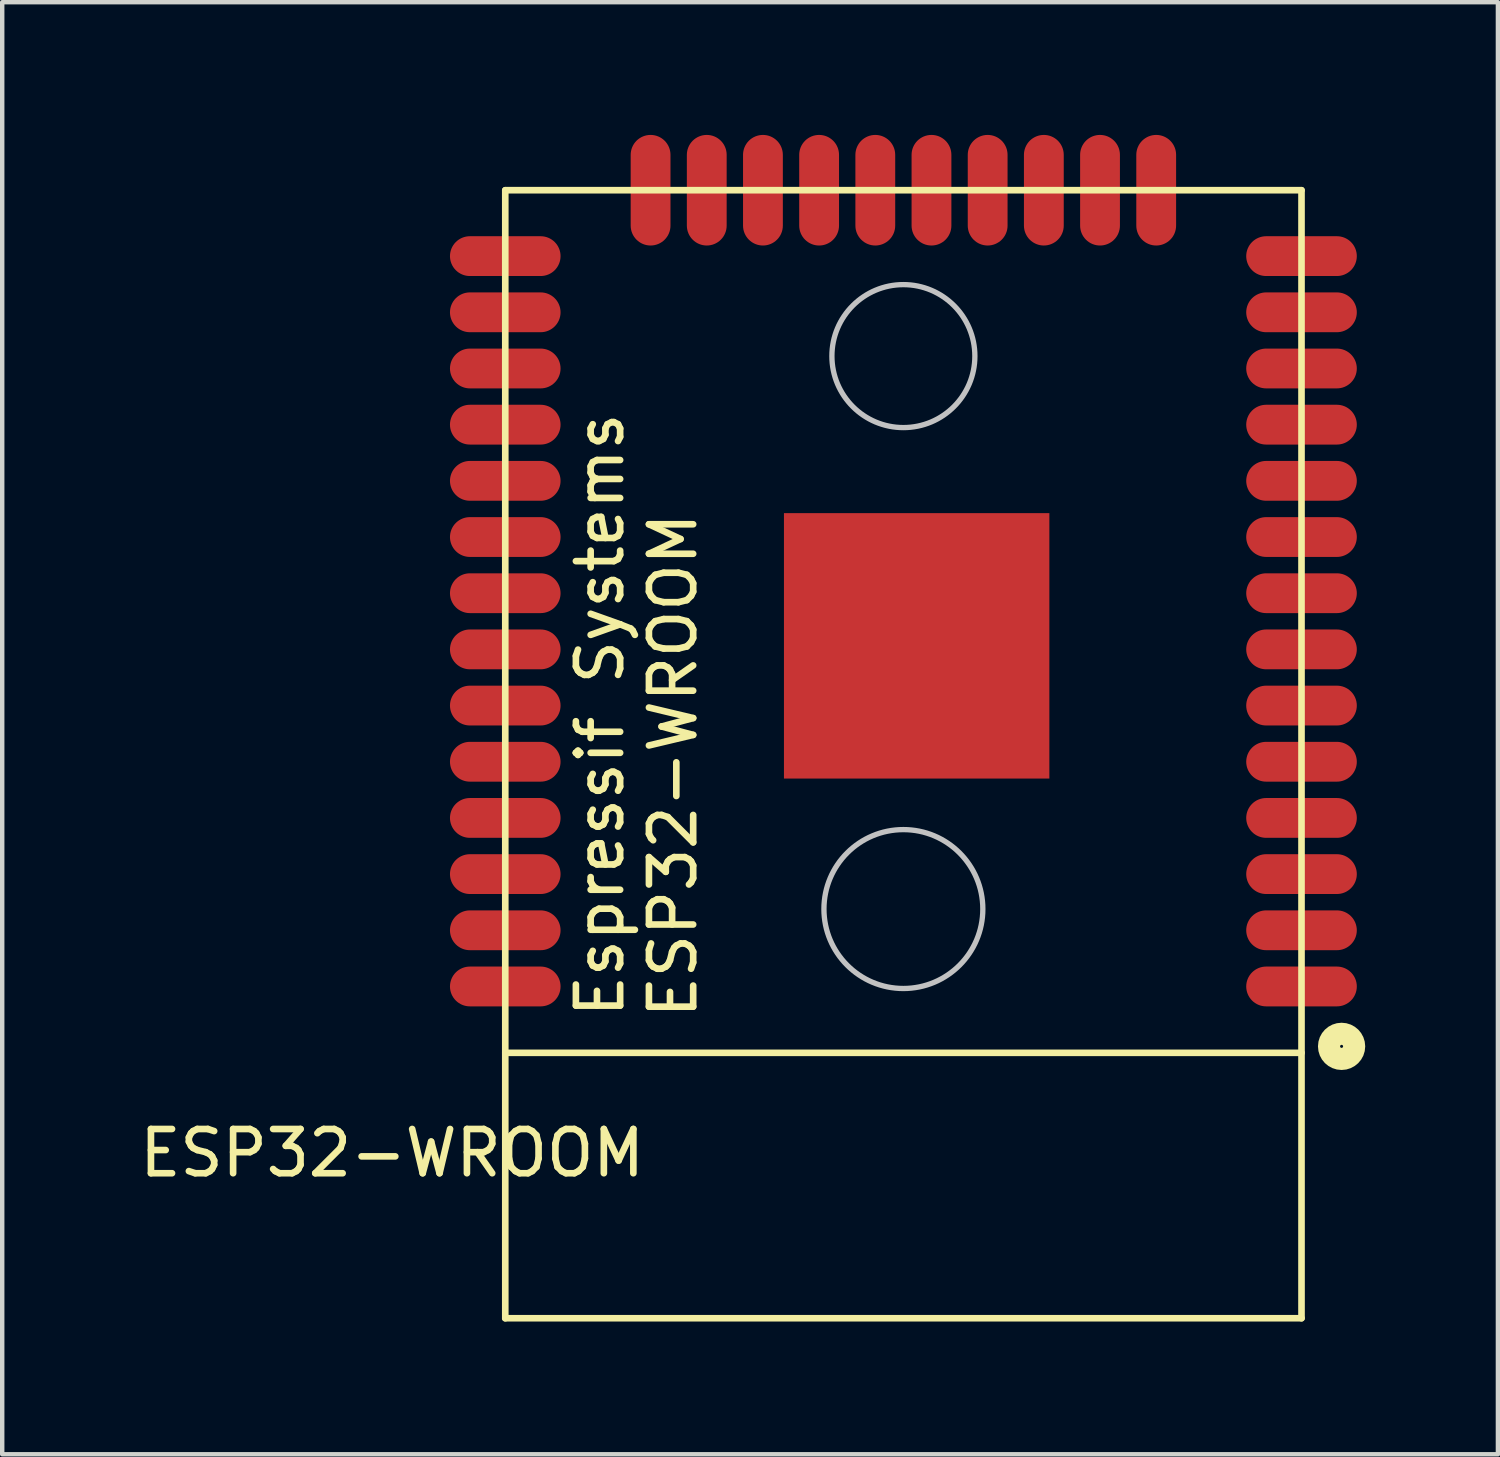
<source format=kicad_pcb>
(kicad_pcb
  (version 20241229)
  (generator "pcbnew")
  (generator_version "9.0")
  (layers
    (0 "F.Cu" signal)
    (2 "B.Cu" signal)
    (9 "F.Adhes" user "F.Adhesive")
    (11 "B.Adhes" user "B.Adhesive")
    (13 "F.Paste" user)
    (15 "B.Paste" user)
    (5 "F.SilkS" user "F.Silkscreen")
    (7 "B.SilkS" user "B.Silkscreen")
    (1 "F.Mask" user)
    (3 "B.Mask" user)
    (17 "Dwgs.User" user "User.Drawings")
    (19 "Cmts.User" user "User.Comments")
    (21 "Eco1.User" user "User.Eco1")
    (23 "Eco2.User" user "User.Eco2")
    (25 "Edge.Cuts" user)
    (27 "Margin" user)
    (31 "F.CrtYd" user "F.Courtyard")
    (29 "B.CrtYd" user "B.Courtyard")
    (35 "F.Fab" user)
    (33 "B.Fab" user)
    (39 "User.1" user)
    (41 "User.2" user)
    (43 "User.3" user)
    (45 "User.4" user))
  (footprint "ESP32-WROOM"
    (layer "F.Cu")
    (at 17.372 14)
    (property "Reference" "ESP32-WROOM" (at -11.557 9.017 0) (layer "F.SilkS") (effects (font (size 1 1) (thickness 0.15))))
    (attr through_hole)
    (fp_line (start -9 -12.75) (end 9 -12.75) (stroke (width 0.15) (type solid)) (layer "F.SilkS"))
    (fp_line (start -9 6.75) (end 9 6.75) (stroke (width 0.15) (type solid)) (layer "F.SilkS"))
    (fp_line (start -9 12.75) (end -9 -12.75) (stroke (width 0.15) (type solid)) (layer "F.SilkS"))
    (fp_line (start -9 12.75) (end 9 12.75) (stroke (width 0.15) (type solid)) (layer "F.SilkS"))
    (fp_line (start 9 12.75) (end 9 -12.75) (stroke (width 0.15) (type solid)) (layer "F.SilkS"))
    (fp_circle (center 9.906 6.604) (end 10.033 6.858) (stroke (width 0.5) (type solid)) (fill no) (layer "F.SilkS"))
    (fp_circle (center 0 -9) (end 1.616 -9) (stroke (width 0.12) (type solid)) (fill no) (layer "Dwgs.User"))
    (fp_circle (center 0 3.5) (end 1.796 3.5) (stroke (width 0.12) (type solid)) (fill no) (layer "Dwgs.User"))
    (fp_text user "Espressif Systems" (at -6.858 -0.889 90) (layer "F.SilkS") (effects (font (size 1 1) (thickness 0.15))))
    (fp_text user "ESP32-WROOM" (at -5.207 0.254 90) (layer "F.SilkS") (effects (font (size 1 1) (thickness 0.15))))
    (pad "1" smd oval (at 9 5.25) (size 2.5 0.9) (layers "F.Cu" "F.Mask" "F.Paste"))
    (pad "2" smd oval (at 9 3.98) (size 2.5 0.9) (layers "F.Cu" "F.Mask" "F.Paste"))
    (pad "3" smd oval (at 9 2.71) (size 2.5 0.9) (layers "F.Cu" "F.Mask" "F.Paste"))
    (pad "4" smd oval (at 9 1.44) (size 2.5 0.9) (layers "F.Cu" "F.Mask" "F.Paste"))
    (pad "5" smd oval (at 9 0.17) (size 2.5 0.9) (layers "F.Cu" "F.Mask" "F.Paste"))
    (pad "6" smd oval (at 9 -1.1) (size 2.5 0.9) (layers "F.Cu" "F.Mask" "F.Paste"))
    (pad "7" smd oval (at 9 -2.37) (size 2.5 0.9) (layers "F.Cu" "F.Mask" "F.Paste"))
    (pad "8" smd oval (at 9 -3.64) (size 2.5 0.9) (layers "F.Cu" "F.Mask" "F.Paste"))
    (pad "9" smd oval (at 9 -4.91) (size 2.5 0.9) (layers "F.Cu" "F.Mask" "F.Paste"))
    (pad "10" smd oval (at 9 -6.18) (size 2.5 0.9) (layers "F.Cu" "F.Mask" "F.Paste"))
    (pad "11" smd oval (at 9 -7.45) (size 2.5 0.9) (layers "F.Cu" "F.Mask" "F.Paste"))
    (pad "12" smd oval (at 9 -8.72) (size 2.5 0.9) (layers "F.Cu" "F.Mask" "F.Paste"))
    (pad "13" smd oval (at 9 -9.99) (size 2.5 0.9) (layers "F.Cu" "F.Mask" "F.Paste"))
    (pad "14" smd oval (at 9 -11.26) (size 2.5 0.9) (layers "F.Cu" "F.Mask" "F.Paste"))
    (pad "15" smd oval (at 5.715 -12.75) (size 0.9 2.5) (layers "F.Cu" "F.Mask" "F.Paste"))
    (pad "16" smd oval (at 4.445 -12.75) (size 0.9 2.5) (layers "F.Cu" "F.Mask" "F.Paste"))
    (pad "17" smd oval (at 3.175 -12.75) (size 0.9 2.5) (layers "F.Cu" "F.Mask" "F.Paste"))
    (pad "18" smd oval (at 1.905 -12.75) (size 0.9 2.5) (layers "F.Cu" "F.Mask" "F.Paste"))
    (pad "19" smd oval (at 0.635 -12.75) (size 0.9 2.5) (layers "F.Cu" "F.Mask" "F.Paste"))
    (pad "20" smd oval (at -0.635 -12.75) (size 0.9 2.5) (layers "F.Cu" "F.Mask" "F.Paste"))
    (pad "21" smd oval (at -1.905 -12.75) (size 0.9 2.5) (layers "F.Cu" "F.Mask" "F.Paste"))
    (pad "22" smd oval (at -3.175 -12.75) (size 0.9 2.5) (layers "F.Cu" "F.Mask" "F.Paste"))
    (pad "23" smd oval (at -4.445 -12.75) (size 0.9 2.5) (layers "F.Cu" "F.Mask" "F.Paste"))
    (pad "24" smd oval (at -5.715 -12.75) (size 0.9 2.5) (layers "F.Cu" "F.Mask" "F.Paste"))
    (pad "25" smd oval (at -9 -11.26) (size 2.5 0.9) (layers "F.Cu" "F.Mask" "F.Paste"))
    (pad "26" smd oval (at -9 -9.99) (size 2.5 0.9) (layers "F.Cu" "F.Mask" "F.Paste"))
    (pad "27" smd oval (at -9 -8.72) (size 2.5 0.9) (layers "F.Cu" "F.Mask" "F.Paste"))
    (pad "28" smd oval (at -9 -7.45) (size 2.5 0.9) (layers "F.Cu" "F.Mask" "F.Paste"))
    (pad "29" smd oval (at -9 -6.18) (size 2.5 0.9) (layers "F.Cu" "F.Mask" "F.Paste"))
    (pad "30" smd oval (at -9 -4.91) (size 2.5 0.9) (layers "F.Cu" "F.Mask" "F.Paste"))
    (pad "31" smd oval (at -9 -3.64) (size 2.5 0.9) (layers "F.Cu" "F.Mask" "F.Paste"))
    (pad "32" smd oval (at -9 -2.37) (size 2.5 0.9) (layers "F.Cu" "F.Mask" "F.Paste"))
    (pad "33" smd oval (at -9 -1.1) (size 2.5 0.9) (layers "F.Cu" "F.Mask" "F.Paste"))
    (pad "34" smd oval (at -9 0.17) (size 2.5 0.9) (layers "F.Cu" "F.Mask" "F.Paste"))
    (pad "35" smd oval (at -9 1.44) (size 2.5 0.9) (layers "F.Cu" "F.Mask" "F.Paste"))
    (pad "36" smd oval (at -9 2.71) (size 2.5 0.9) (layers "F.Cu" "F.Mask" "F.Paste"))
    (pad "37" smd oval (at -9 3.98) (size 2.5 0.9) (layers "F.Cu" "F.Mask" "F.Paste"))
    (pad "38" smd oval (at -9 5.25) (size 2.5 0.9) (layers "F.Cu" "F.Mask" "F.Paste"))
    (pad "39" smd rect (at 0.3 -2.45) (size 6 6) (layers "F.Cu" "F.Mask" "F.Paste")))
  (gr_rect
    (start -3 -3)
    (end 30.812 29.825)
    (stroke (width 0.1) (type default))
    (fill no)
    (layer "Edge.Cuts")))
</source>
